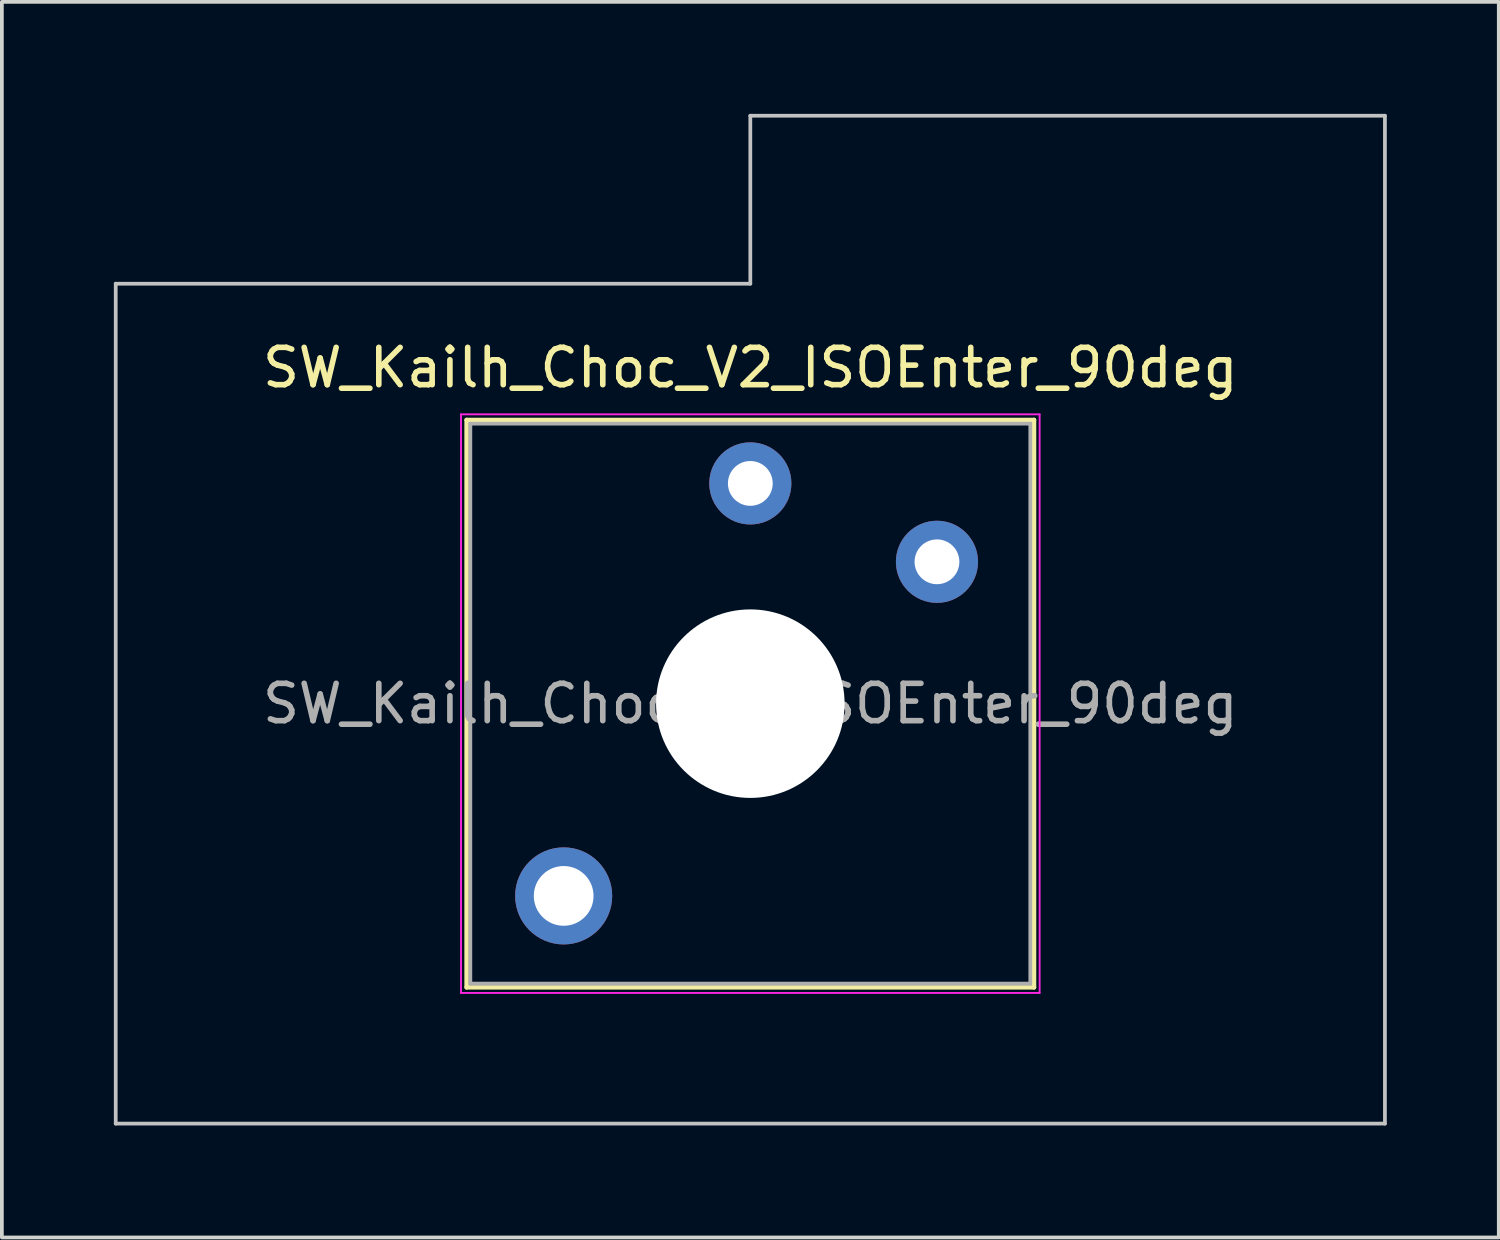
<source format=kicad_pcb>
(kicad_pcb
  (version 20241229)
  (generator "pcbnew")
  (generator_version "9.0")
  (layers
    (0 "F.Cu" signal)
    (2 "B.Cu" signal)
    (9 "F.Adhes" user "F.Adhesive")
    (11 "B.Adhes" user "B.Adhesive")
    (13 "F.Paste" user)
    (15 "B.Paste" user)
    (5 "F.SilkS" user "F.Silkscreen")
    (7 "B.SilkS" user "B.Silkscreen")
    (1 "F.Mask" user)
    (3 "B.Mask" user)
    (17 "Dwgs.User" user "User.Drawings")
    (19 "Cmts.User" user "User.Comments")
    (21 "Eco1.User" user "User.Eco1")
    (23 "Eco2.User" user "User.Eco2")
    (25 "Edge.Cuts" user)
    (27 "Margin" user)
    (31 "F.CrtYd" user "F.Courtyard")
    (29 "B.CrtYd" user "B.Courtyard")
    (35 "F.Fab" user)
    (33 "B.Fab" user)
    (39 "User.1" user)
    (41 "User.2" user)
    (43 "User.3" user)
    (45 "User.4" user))
  (footprint "SW_Kailh_Choc_V2_ISOEnter_90deg"
    (layer "F.Cu")
    (at 17.05 15.8)
    (property "Reference" "SW_Kailh_Choc_V2_ISOEnter_90deg" (at 0 -9 0) (layer "F.SilkS") (effects (font (size 1 1) (thickness 0.15))))
    (attr through_hole)
    (fp_line (start -7.6 -7.6) (end -7.6 7.6) (stroke (width 0.12) (type solid)) (layer "F.SilkS"))
    (fp_line (start -7.6 7.6) (end 7.6 7.6) (stroke (width 0.12) (type solid)) (layer "F.SilkS"))
    (fp_line (start 7.6 -7.6) (end -7.6 -7.6) (stroke (width 0.12) (type solid)) (layer "F.SilkS"))
    (fp_line (start 7.6 7.6) (end 7.6 -7.6) (stroke (width 0.12) (type solid)) (layer "F.SilkS"))
    (fp_line (start -17 -11.25) (end -17 11.25) (stroke (width 0.1) (type solid)) (layer "Dwgs.User"))
    (fp_line (start -17 11.25) (end 17 11.25) (stroke (width 0.1) (type solid)) (layer "Dwgs.User"))
    (fp_line (start 0 -15.75) (end 0 -11.25) (stroke (width 0.1) (type solid)) (layer "Dwgs.User"))
    (fp_line (start 0 -11.25) (end -17 -11.25) (stroke (width 0.1) (type solid)) (layer "Dwgs.User"))
    (fp_line (start 17 -15.75) (end 0 -15.75) (stroke (width 0.1) (type solid)) (layer "Dwgs.User"))
    (fp_line (start 17 11.25) (end 17 -15.75) (stroke (width 0.1) (type solid)) (layer "Dwgs.User"))
    (fp_line (start -7.25 -7.25) (end -7.25 7.25) (stroke (width 0.1) (type solid)) (layer "Eco1.User"))
    (fp_line (start -7.25 7.25) (end 7.25 7.25) (stroke (width 0.1) (type solid)) (layer "Eco1.User"))
    (fp_line (start 7.25 -7.25) (end -7.25 -7.25) (stroke (width 0.1) (type solid)) (layer "Eco1.User"))
    (fp_line (start 7.25 7.25) (end 7.25 -7.25) (stroke (width 0.1) (type solid)) (layer "Eco1.User"))
    (fp_line (start -7.75 -7.75) (end -7.75 7.75) (stroke (width 0.05) (type solid)) (layer "F.CrtYd"))
    (fp_line (start -7.75 7.75) (end 7.75 7.75) (stroke (width 0.05) (type solid)) (layer "F.CrtYd"))
    (fp_line (start 7.75 -7.75) (end -7.75 -7.75) (stroke (width 0.05) (type solid)) (layer "F.CrtYd"))
    (fp_line (start 7.75 7.75) (end 7.75 -7.75) (stroke (width 0.05) (type solid)) (layer "F.CrtYd"))
    (fp_line (start -7.5 -7.5) (end -7.5 7.5) (stroke (width 0.1) (type solid)) (layer "F.Fab"))
    (fp_line (start -7.5 7.5) (end 7.5 7.5) (stroke (width 0.1) (type solid)) (layer "F.Fab"))
    (fp_line (start 7.5 -7.5) (end -7.5 -7.5) (stroke (width 0.1) (type solid)) (layer "F.Fab"))
    (fp_line (start 7.5 7.5) (end 7.5 -7.5) (stroke (width 0.1) (type solid)) (layer "F.Fab"))
    (fp_text user "${REFERENCE}" (at 0 0 0) (layer "F.Fab") (effects (font (size 1 1) (thickness 0.15))))
    (pad "" smd circle (at -5 5.15) (size 1.65 1.65) (layers "F.Mask"))
    (pad "" thru_hole circle (at -5 5.15) (size 2.6 2.6) (drill 1.6) (layers "*.Cu" "B.Mask"))
    (pad "" smd circle (at 0 -5.9) (size 1.25 1.25) (layers "F.Mask"))
    (pad "" np_thru_hole circle (at 0 0) (size 5.05 5.05) (drill 5.05) (layers "*.Cu" "*.Mask"))
    (pad "" smd circle (at 5 -3.8) (size 1.25 1.25) (layers "F.Mask"))
    (pad "1" thru_hole circle (at 0 -5.9) (size 2.2 2.2) (drill 1.2) (layers "*.Cu" "B.Mask"))
    (pad "2" thru_hole circle (at 5 -3.8) (size 2.2 2.2) (drill 1.2) (layers "*.Cu" "B.Mask")))
  (gr_rect
    (start -3 -3)
    (end 37.1 30.1)
    (stroke (width 0.1) (type default))
    (fill no)
    (layer "Edge.Cuts")))
</source>
